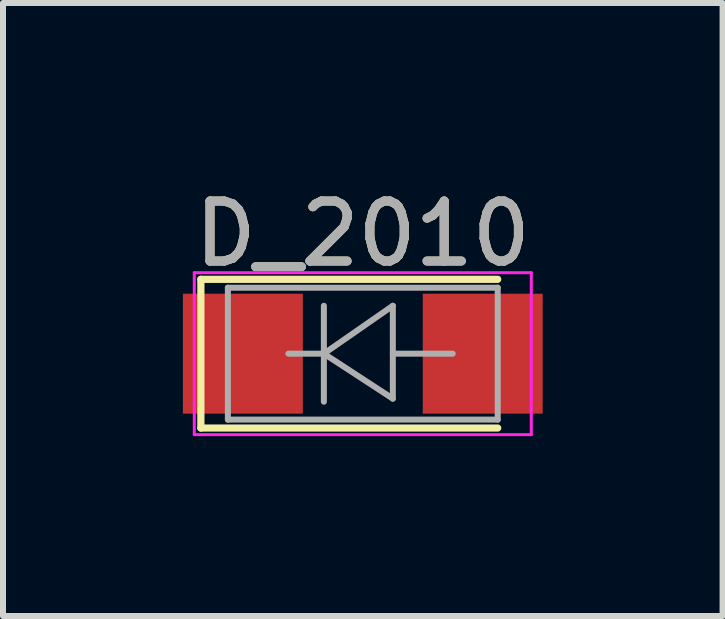
<source format=kicad_pcb>
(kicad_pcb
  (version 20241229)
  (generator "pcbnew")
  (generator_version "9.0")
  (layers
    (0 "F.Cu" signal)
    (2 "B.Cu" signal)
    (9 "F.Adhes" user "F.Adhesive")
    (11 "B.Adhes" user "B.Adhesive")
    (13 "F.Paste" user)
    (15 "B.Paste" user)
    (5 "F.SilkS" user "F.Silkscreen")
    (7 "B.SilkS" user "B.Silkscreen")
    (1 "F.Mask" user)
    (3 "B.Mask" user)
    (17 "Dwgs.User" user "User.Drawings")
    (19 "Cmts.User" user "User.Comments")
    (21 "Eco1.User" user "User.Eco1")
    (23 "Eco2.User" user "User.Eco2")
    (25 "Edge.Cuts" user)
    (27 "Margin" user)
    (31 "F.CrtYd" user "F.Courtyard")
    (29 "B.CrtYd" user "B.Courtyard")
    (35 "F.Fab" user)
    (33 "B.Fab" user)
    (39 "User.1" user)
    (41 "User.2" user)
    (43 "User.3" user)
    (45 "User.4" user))
  (footprint "D_2010"
    (layer "F.Cu")
    (at 3 2.848)
    (property "Reference" "D_2010" (at 0 -2 0) (layer "F.SilkS") (effects (font (size 1 1) (thickness 0.15))))
    (attr smd)
    (fp_line (start -2.7 -1.24) (end -2.7 1.24) (stroke (width 0.12) (type solid)) (layer "F.SilkS"))
    (fp_line (start -2.7 -1.24) (end 2.25 -1.24) (stroke (width 0.12) (type solid)) (layer "F.SilkS"))
    (fp_line (start -2.7 1.24) (end 2.25 1.24) (stroke (width 0.12) (type solid)) (layer "F.SilkS"))
    (fp_line (start -2.81 -1.35) (end 2.81 -1.35) (stroke (width 0.05) (type solid)) (layer "F.CrtYd"))
    (fp_line (start -2.81 1.35) (end -2.81 -1.35) (stroke (width 0.05) (type solid)) (layer "F.CrtYd"))
    (fp_line (start -2.81 1.35) (end 2.81 1.35) (stroke (width 0.05) (type solid)) (layer "F.CrtYd"))
    (fp_line (start 2.81 1.35) (end 2.81 -1.35) (stroke (width 0.05) (type solid)) (layer "F.CrtYd"))
    (fp_line (start -2.25 1.1) (end -2.25 -1.1) (stroke (width 0.1) (type solid)) (layer "F.Fab"))
    (fp_line (start -0.649 -0.799) (end -0.649 0.801) (stroke (width 0.1) (type solid)) (layer "F.Fab"))
    (fp_line (start -0.649 0) (end -1.24 0) (stroke (width 0.1) (type solid)) (layer "F.Fab"))
    (fp_line (start -0.649 0) (end 0.501 -0.799) (stroke (width 0.1) (type solid)) (layer "F.Fab"))
    (fp_line (start -0.649 0) (end 0.501 0.75) (stroke (width 0.1) (type solid)) (layer "F.Fab"))
    (fp_line (start 0.501 0) (end 1.499 0) (stroke (width 0.1) (type solid)) (layer "F.Fab"))
    (fp_line (start 0.501 0.75) (end 0.501 -0.799) (stroke (width 0.1) (type solid)) (layer "F.Fab"))
    (fp_line (start 2.25 -1.1) (end -2.25 -1.1) (stroke (width 0.1) (type solid)) (layer "F.Fab"))
    (fp_line (start 2.25 -1.1) (end 2.25 1.1) (stroke (width 0.1) (type solid)) (layer "F.Fab"))
    (fp_line (start 2.25 1.1) (end -2.25 1.1) (stroke (width 0.1) (type solid)) (layer "F.Fab"))
    (fp_text user "${REFERENCE}" (at 0 -2 0) (layer "F.Fab") (effects (font (size 1 1) (thickness 0.15))))
    (pad "1" smd rect (at -2 0) (size 2 2) (layers "F.Cu" "F.Mask" "F.Paste"))
    (pad "2" smd rect (at 2 0) (size 2 2) (layers "F.Cu" "F.Mask" "F.Paste")))
  (gr_rect
    (start -3 -3)
    (end 9 7.223)
    (stroke (width 0.1) (type default))
    (fill no)
    (layer "Edge.Cuts")))
</source>
